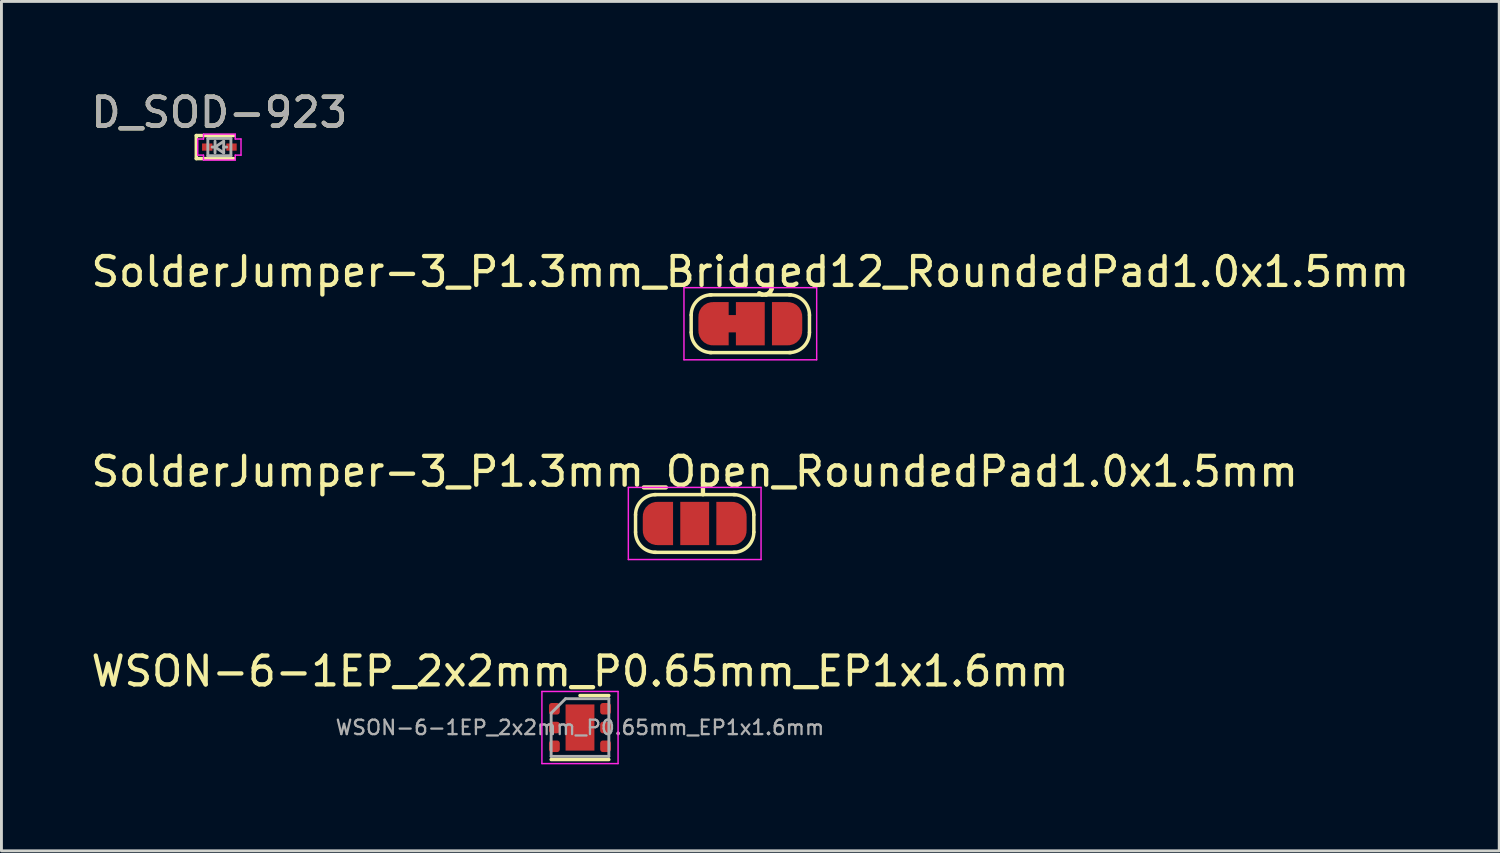
<source format=kicad_pcb>
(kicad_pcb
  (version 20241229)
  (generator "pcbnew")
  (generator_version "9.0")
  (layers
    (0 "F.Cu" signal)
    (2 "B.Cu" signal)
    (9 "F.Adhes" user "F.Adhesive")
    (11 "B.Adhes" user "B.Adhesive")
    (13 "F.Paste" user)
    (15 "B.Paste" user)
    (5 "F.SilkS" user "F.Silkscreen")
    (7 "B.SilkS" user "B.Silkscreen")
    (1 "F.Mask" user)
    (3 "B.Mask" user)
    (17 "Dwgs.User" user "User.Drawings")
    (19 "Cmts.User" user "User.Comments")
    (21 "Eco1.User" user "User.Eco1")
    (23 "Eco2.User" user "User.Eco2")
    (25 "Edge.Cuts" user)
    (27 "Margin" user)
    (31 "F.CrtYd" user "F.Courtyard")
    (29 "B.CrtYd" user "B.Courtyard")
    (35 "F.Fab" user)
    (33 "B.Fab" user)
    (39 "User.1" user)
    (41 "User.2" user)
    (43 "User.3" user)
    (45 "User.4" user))
  (footprint "SolderJumper-3_P1.3mm_Bridged12_RoundedPad1.0x1.5mm"
    (layer "F.Cu")
    (at 22.958 8.171)
    (property "Reference" "SolderJumper-3_P1.3mm_Bridged12_RoundedPad1.0x1.5mm" (at 0 -1.8 0) (layer "F.SilkS") (effects (font (size 1 1) (thickness 0.15))))
    (attr exclude_from_pos_files exclude_from_bom)
    (fp_poly (pts (xy -0.9 -0.3) (xy -0.4 -0.3) (xy -0.4 0.3) (xy -0.9 0.3)) (stroke (width 0) (type solid)) (fill yes) (layer "F.Cu"))
    (fp_line (start -2.05 0.3) (end -2.05 -0.3) (stroke (width 0.12) (type solid)) (layer "F.SilkS"))
    (fp_line (start -1.4 -1) (end 1.4 -1) (stroke (width 0.12) (type solid)) (layer "F.SilkS"))
    (fp_line (start 1.4 1) (end -1.4 1) (stroke (width 0.12) (type solid)) (layer "F.SilkS"))
    (fp_line (start 2.05 -0.3) (end 2.05 0.3) (stroke (width 0.12) (type solid)) (layer "F.SilkS"))
    (fp_arc (start -2.05 -0.3) (mid -1.844975 -0.794975) (end -1.35 -1) (stroke (width 0.12) (type solid)) (layer "F.SilkS"))
    (fp_arc (start -1.35 1) (mid -1.844975 0.794975) (end -2.05 0.3) (stroke (width 0.12) (type solid)) (layer "F.SilkS"))
    (fp_arc (start 1.35 -1) (mid 1.844975 -0.794975) (end 2.05 -0.3) (stroke (width 0.12) (type solid)) (layer "F.SilkS"))
    (fp_arc (start 2.05 0.3) (mid 1.844975 0.794975) (end 1.35 1) (stroke (width 0.12) (type solid)) (layer "F.SilkS"))
    (fp_line (start -2.3 -1.25) (end -2.3 1.25) (stroke (width 0.05) (type solid)) (layer "F.CrtYd"))
    (fp_line (start -2.3 -1.25) (end 2.3 -1.25) (stroke (width 0.05) (type solid)) (layer "F.CrtYd"))
    (fp_line (start 2.3 1.25) (end -2.3 1.25) (stroke (width 0.05) (type solid)) (layer "F.CrtYd"))
    (fp_line (start 2.3 1.25) (end 2.3 -1.25) (stroke (width 0.05) (type solid)) (layer "F.CrtYd"))
    (pad "1" smd custom (at -1.3 0) (size 1 0.5) (layers "F.Cu" "F.Mask") (options (anchor rect)) (primitives (gr_circle (center 0 0.25) (end 0.5 0.25) (width 0) (fill yes)) (gr_circle (center 0 -0.25) (end 0.5 -0.25) (width 0) (fill yes)) (gr_poly (pts (xy 0.55 -0.75) (xy 0 -0.75) (xy 0 0.75) (xy 0.55 0.75)) (width 0) (fill yes))))
    (pad "2" smd rect (at 0 0) (size 1 1.5) (layers "F.Cu" "F.Mask"))
    (pad "3" smd custom (at 1.3 0) (size 1 0.5) (layers "F.Cu" "F.Mask") (options (anchor rect)) (primitives (gr_circle (center 0 0.25) (end 0.5 0.25) (width 0) (fill yes)) (gr_circle (center 0 -0.25) (end 0.5 -0.25) (width 0) (fill yes)) (gr_poly (pts (xy -0.55 -0.75) (xy 0 -0.75) (xy 0 0.75) (xy -0.55 0.75)) (width 0) (fill yes)))))
  (footprint "WSON-6-1EP_2x2mm_P0.65mm_EP1x1.6mm"
    (layer "F.Cu")
    (at 17.054 22.168)
    (property "Reference" "WSON-6-1EP_2x2mm_P0.65mm_EP1x1.6mm" (at 0 -1.95 0) (layer "F.SilkS") (effects (font (size 1 1) (thickness 0.15))))
    (attr smd)
    (fp_line (start -1 1.11) (end 1 1.11) (stroke (width 0.12) (type solid)) (layer "F.SilkS"))
    (fp_line (start 0 -1.11) (end 1 -1.11) (stroke (width 0.12) (type solid)) (layer "F.SilkS"))
    (fp_line (start -1.32 -1.25) (end -1.32 1.25) (stroke (width 0.05) (type solid)) (layer "F.CrtYd"))
    (fp_line (start -1.32 1.25) (end 1.32 1.25) (stroke (width 0.05) (type solid)) (layer "F.CrtYd"))
    (fp_line (start 1.32 -1.25) (end -1.32 -1.25) (stroke (width 0.05) (type solid)) (layer "F.CrtYd"))
    (fp_line (start 1.32 1.25) (end 1.32 -1.25) (stroke (width 0.05) (type solid)) (layer "F.CrtYd"))
    (fp_line (start -1 -0.5) (end -0.5 -1) (stroke (width 0.1) (type solid)) (layer "F.Fab"))
    (fp_line (start -1 1) (end -1 -0.5) (stroke (width 0.1) (type solid)) (layer "F.Fab"))
    (fp_line (start -0.5 -1) (end 1 -1) (stroke (width 0.1) (type solid)) (layer "F.Fab"))
    (fp_line (start 1 -1) (end 1 1) (stroke (width 0.1) (type solid)) (layer "F.Fab"))
    (fp_line (start 1 1) (end -1 1) (stroke (width 0.1) (type solid)) (layer "F.Fab"))
    (fp_text user "${REFERENCE}" (at 0 0 0) (layer "F.Fab") (effects (font (size 0.5 0.5) (thickness 0.08))))
    (pad "" smd roundrect (at 0 -0.4) (size 0.81 0.64) (layers "F.Paste") (roundrect_rratio 0.25))
    (pad "" smd roundrect (at 0 0.4) (size 0.81 0.64) (layers "F.Paste") (roundrect_rratio 0.25))
    (pad "1" smd roundrect (at -0.887 -0.65) (size 0.375 0.4) (layers "F.Cu" "F.Mask" "F.Paste") (roundrect_rratio 0.25))
    (pad "2" smd roundrect (at -0.887 0) (size 0.375 0.4) (layers "F.Cu" "F.Mask" "F.Paste") (roundrect_rratio 0.25))
    (pad "3" smd roundrect (at -0.887 0.65) (size 0.375 0.4) (layers "F.Cu" "F.Mask" "F.Paste") (roundrect_rratio 0.25))
    (pad "4" smd roundrect (at 0.887 0.65) (size 0.375 0.4) (layers "F.Cu" "F.Mask" "F.Paste") (roundrect_rratio 0.25))
    (pad "5" smd roundrect (at 0.887 0) (size 0.375 0.4) (layers "F.Cu" "F.Mask" "F.Paste") (roundrect_rratio 0.25))
    (pad "6" smd roundrect (at 0.887 -0.65) (size 0.375 0.4) (layers "F.Cu" "F.Mask" "F.Paste") (roundrect_rratio 0.25))
    (pad "7" smd rect (at 0 0) (size 1 1.6) (layers "F.Cu" "F.Mask")))
  (footprint "SolderJumper-3_P1.3mm_Open_RoundedPad1.0x1.5mm"
    (layer "F.Cu")
    (at 21.03 15.095)
    (property "Reference" "SolderJumper-3_P1.3mm_Open_RoundedPad1.0x1.5mm" (at 0 -1.8 0) (layer "F.SilkS") (effects (font (size 1 1) (thickness 0.15))))
    (attr exclude_from_pos_files exclude_from_bom)
    (fp_line (start -2.05 0.3) (end -2.05 -0.3) (stroke (width 0.12) (type solid)) (layer "F.SilkS"))
    (fp_line (start -1.4 -1) (end 1.4 -1) (stroke (width 0.12) (type solid)) (layer "F.SilkS"))
    (fp_line (start 1.4 1) (end -1.4 1) (stroke (width 0.12) (type solid)) (layer "F.SilkS"))
    (fp_line (start 2.05 -0.3) (end 2.05 0.3) (stroke (width 0.12) (type solid)) (layer "F.SilkS"))
    (fp_arc (start -2.05 -0.3) (mid -1.844975 -0.794975) (end -1.35 -1) (stroke (width 0.12) (type solid)) (layer "F.SilkS"))
    (fp_arc (start -1.35 1) (mid -1.844975 0.794975) (end -2.05 0.3) (stroke (width 0.12) (type solid)) (layer "F.SilkS"))
    (fp_arc (start 1.35 -1) (mid 1.844975 -0.794975) (end 2.05 -0.3) (stroke (width 0.12) (type solid)) (layer "F.SilkS"))
    (fp_arc (start 2.05 0.3) (mid 1.844975 0.794975) (end 1.35 1) (stroke (width 0.12) (type solid)) (layer "F.SilkS"))
    (fp_line (start -2.3 -1.25) (end -2.3 1.25) (stroke (width 0.05) (type solid)) (layer "F.CrtYd"))
    (fp_line (start -2.3 -1.25) (end 2.3 -1.25) (stroke (width 0.05) (type solid)) (layer "F.CrtYd"))
    (fp_line (start 2.3 1.25) (end -2.3 1.25) (stroke (width 0.05) (type solid)) (layer "F.CrtYd"))
    (fp_line (start 2.3 1.25) (end 2.3 -1.25) (stroke (width 0.05) (type solid)) (layer "F.CrtYd"))
    (pad "1" smd custom (at -1.3 0) (size 1 0.5) (layers "F.Cu" "F.Mask") (options (anchor rect)) (primitives (gr_circle (center 0 0.25) (end 0.5 0.25) (width 0) (fill yes)) (gr_circle (center 0 -0.25) (end 0.5 -0.25) (width 0) (fill yes)) (gr_poly (pts (xy 0.55 -0.75) (xy 0 -0.75) (xy 0 0.75) (xy 0.55 0.75)) (width 0) (fill yes))))
    (pad "2" smd rect (at 0 0) (size 1 1.5) (layers "F.Cu" "F.Mask"))
    (pad "3" smd custom (at 1.3 0) (size 1 0.5) (layers "F.Cu" "F.Mask") (options (anchor rect)) (primitives (gr_circle (center 0 0.25) (end 0.5 0.25) (width 0) (fill yes)) (gr_circle (center 0 -0.25) (end 0.5 -0.25) (width 0) (fill yes)) (gr_poly (pts (xy -0.55 -0.75) (xy 0 -0.75) (xy 0 0.75) (xy -0.55 0.75)) (width 0) (fill yes)))))
  (footprint "D_SOD-923"
    (layer "F.Cu")
    (at 4.554 2.048)
    (property "Reference" "D_SOD-923" (at 0 -1.2 0) (layer "F.SilkS") (effects (font (size 1 1) (thickness 0.15))))
    (attr smd)
    (fp_line (start -0.8 -0.4) (end -0.8 0.4) (stroke (width 0.12) (type solid)) (layer "F.SilkS"))
    (fp_line (start 0.5 -0.4) (end -0.8 -0.4) (stroke (width 0.12) (type solid)) (layer "F.SilkS"))
    (fp_line (start 0.5 0.4) (end -0.8 0.4) (stroke (width 0.12) (type solid)) (layer "F.SilkS"))
    (fp_line (start -0.75 -0.28) (end -0.75 0.28) (stroke (width 0.05) (type solid)) (layer "F.CrtYd"))
    (fp_line (start -0.75 0.28) (end -0.55 0.28) (stroke (width 0.05) (type solid)) (layer "F.CrtYd"))
    (fp_line (start -0.55 -0.45) (end 0.55 -0.45) (stroke (width 0.05) (type solid)) (layer "F.CrtYd"))
    (fp_line (start -0.55 -0.28) (end -0.75 -0.28) (stroke (width 0.05) (type solid)) (layer "F.CrtYd"))
    (fp_line (start -0.55 -0.28) (end -0.55 -0.45) (stroke (width 0.05) (type solid)) (layer "F.CrtYd"))
    (fp_line (start -0.55 0.45) (end -0.55 0.28) (stroke (width 0.05) (type solid)) (layer "F.CrtYd"))
    (fp_line (start 0.55 -0.45) (end 0.55 -0.28) (stroke (width 0.05) (type solid)) (layer "F.CrtYd"))
    (fp_line (start 0.55 -0.28) (end 0.75 -0.28) (stroke (width 0.05) (type solid)) (layer "F.CrtYd"))
    (fp_line (start 0.55 0.28) (end 0.55 0.45) (stroke (width 0.05) (type solid)) (layer "F.CrtYd"))
    (fp_line (start 0.55 0.45) (end -0.55 0.45) (stroke (width 0.05) (type solid)) (layer "F.CrtYd"))
    (fp_line (start 0.75 -0.28) (end 0.75 0.28) (stroke (width 0.05) (type solid)) (layer "F.CrtYd"))
    (fp_line (start 0.75 0.28) (end 0.55 0.28) (stroke (width 0.05) (type solid)) (layer "F.CrtYd"))
    (fp_line (start -0.4 -0.3) (end 0.4 -0.3) (stroke (width 0.1) (type solid)) (layer "F.Fab"))
    (fp_line (start -0.4 0.3) (end -0.4 -0.3) (stroke (width 0.1) (type solid)) (layer "F.Fab"))
    (fp_line (start -0.15 0) (end -0.25 0) (stroke (width 0.1) (type solid)) (layer "F.Fab"))
    (fp_line (start -0.15 0) (end 0.15 0.2) (stroke (width 0.1) (type solid)) (layer "F.Fab"))
    (fp_line (start -0.15 0.2) (end -0.15 -0.2) (stroke (width 0.1) (type solid)) (layer "F.Fab"))
    (fp_line (start 0.15 -0.2) (end -0.15 0) (stroke (width 0.1) (type solid)) (layer "F.Fab"))
    (fp_line (start 0.15 0) (end 0.25 0) (stroke (width 0.1) (type solid)) (layer "F.Fab"))
    (fp_line (start 0.15 0.2) (end 0.15 -0.2) (stroke (width 0.1) (type solid)) (layer "F.Fab"))
    (fp_line (start 0.4 -0.3) (end 0.4 0.3) (stroke (width 0.1) (type solid)) (layer "F.Fab"))
    (fp_line (start 0.4 0.3) (end -0.4 0.3) (stroke (width 0.1) (type solid)) (layer "F.Fab"))
    (fp_text user "${REFERENCE}" (at 0 -1.2 0) (layer "F.Fab") (effects (font (size 1 1) (thickness 0.15))))
    (pad "1" smd rect (at -0.42 0 180) (size 0.36 0.25) (layers "F.Cu" "F.Mask" "F.Paste"))
    (pad "2" smd rect (at 0.42 0 180) (size 0.36 0.25) (layers "F.Cu" "F.Mask" "F.Paste")))
  (gr_rect
    (start -3 -3)
    (end 48.917 26.443)
    (stroke (width 0.1) (type default))
    (fill no)
    (layer "Edge.Cuts")))
</source>
